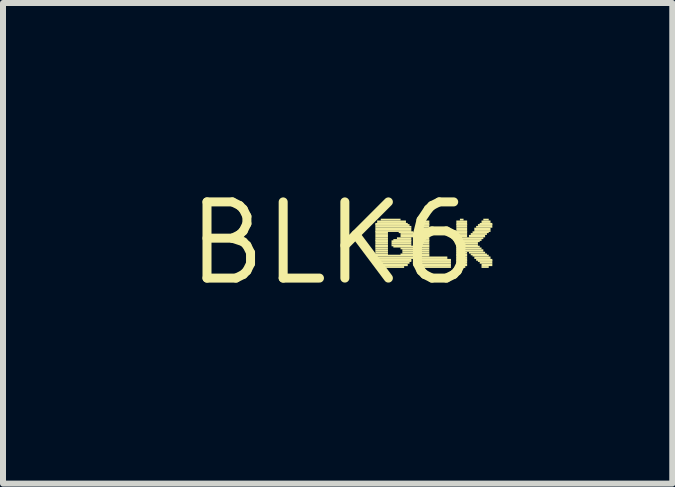
<source format=kicad_pcb>
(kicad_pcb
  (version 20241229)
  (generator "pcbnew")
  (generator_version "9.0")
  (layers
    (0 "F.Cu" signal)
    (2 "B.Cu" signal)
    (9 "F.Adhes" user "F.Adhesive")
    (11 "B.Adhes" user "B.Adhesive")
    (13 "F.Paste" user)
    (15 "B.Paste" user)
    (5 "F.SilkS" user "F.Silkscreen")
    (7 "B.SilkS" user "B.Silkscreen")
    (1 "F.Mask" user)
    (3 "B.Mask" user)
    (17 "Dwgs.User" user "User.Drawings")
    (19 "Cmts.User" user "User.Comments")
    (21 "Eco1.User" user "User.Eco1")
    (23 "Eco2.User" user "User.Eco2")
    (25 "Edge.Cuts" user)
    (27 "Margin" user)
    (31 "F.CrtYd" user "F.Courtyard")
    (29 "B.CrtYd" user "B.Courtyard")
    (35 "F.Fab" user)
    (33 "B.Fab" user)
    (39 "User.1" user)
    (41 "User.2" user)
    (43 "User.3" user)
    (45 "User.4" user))
  (footprint "BLK6"
    (layer "F.Cu")
    (at 2.487 1.006)
    (property "Reference" "BLK6" (at 0 0 0) (layer "F.SilkS") (effects (font (size 1.27 1.27) (thickness 0.15))))
    (fp_poly (pts (xy 0.72 -0.31) (xy 1.26 -0.31) (xy 1.26 -0.34) (xy 0.72 -0.34)) (stroke (width 0) (type default)) (fill yes) (layer "F.SilkS"))
    (fp_poly (pts (xy 0.72 -0.29) (xy 1.29 -0.29) (xy 1.29 -0.32) (xy 0.72 -0.32)) (stroke (width 0) (type default)) (fill yes) (layer "F.SilkS"))
    (fp_poly (pts (xy 0.72 -0.26) (xy 1.32 -0.26) (xy 1.32 -0.29) (xy 0.72 -0.29)) (stroke (width 0) (type default)) (fill yes) (layer "F.SilkS"))
    (fp_poly (pts (xy 0.72 -0.22) (xy 1.32 -0.22) (xy 1.32 -0.26) (xy 0.72 -0.26)) (stroke (width 0) (type default)) (fill yes) (layer "F.SilkS"))
    (fp_poly (pts (xy 0.72 -0.19) (xy 1.32 -0.19) (xy 1.32 -0.22) (xy 0.72 -0.22)) (stroke (width 0) (type default)) (fill yes) (layer "F.SilkS"))
    (fp_poly (pts (xy 0.72 -0.17) (xy 0.93 -0.17) (xy 0.93 -0.2) (xy 0.72 -0.2)) (stroke (width 0) (type default)) (fill yes) (layer "F.SilkS"))
    (fp_poly (pts (xy 0.72 -0.14) (xy 0.93 -0.14) (xy 0.93 -0.17) (xy 0.72 -0.17)) (stroke (width 0) (type default)) (fill yes) (layer "F.SilkS"))
    (fp_poly (pts (xy 0.72 -0.1) (xy 0.93 -0.1) (xy 0.93 -0.14) (xy 0.72 -0.14)) (stroke (width 0) (type default)) (fill yes) (layer "F.SilkS"))
    (fp_poly (pts (xy 0.72 -0.07) (xy 0.93 -0.07) (xy 0.93 -0.1) (xy 0.72 -0.1)) (stroke (width 0) (type default)) (fill yes) (layer "F.SilkS"))
    (fp_poly (pts (xy 0.72 -0.04) (xy 0.93 -0.04) (xy 0.93 -0.07) (xy 0.72 -0.07)) (stroke (width 0) (type default)) (fill yes) (layer "F.SilkS"))
    (fp_poly (pts (xy 0.72 -0.02) (xy 0.93 -0.02) (xy 0.93 -0.05) (xy 0.72 -0.05)) (stroke (width 0) (type default)) (fill yes) (layer "F.SilkS"))
    (fp_poly (pts (xy 0.72 0.02) (xy 0.93 0.02) (xy 0.93 -0.02) (xy 0.72 -0.02)) (stroke (width 0) (type default)) (fill yes) (layer "F.SilkS"))
    (fp_poly (pts (xy 0.72 0.05) (xy 0.93 0.05) (xy 0.93 0.02) (xy 0.72 0.02)) (stroke (width 0) (type default)) (fill yes) (layer "F.SilkS"))
    (fp_poly (pts (xy 0.72 0.07) (xy 0.93 0.07) (xy 0.93 0.04) (xy 0.72 0.04)) (stroke (width 0) (type default)) (fill yes) (layer "F.SilkS"))
    (fp_poly (pts (xy 0.72 0.1) (xy 0.93 0.1) (xy 0.93 0.07) (xy 0.72 0.07)) (stroke (width 0) (type default)) (fill yes) (layer "F.SilkS"))
    (fp_poly (pts (xy 0.72 0.14) (xy 0.93 0.14) (xy 0.93 0.1) (xy 0.72 0.1)) (stroke (width 0) (type default)) (fill yes) (layer "F.SilkS"))
    (fp_poly (pts (xy 0.72 0.17) (xy 0.93 0.17) (xy 0.93 0.14) (xy 0.72 0.14)) (stroke (width 0) (type default)) (fill yes) (layer "F.SilkS"))
    (fp_poly (pts (xy 0.72 0.2) (xy 0.93 0.2) (xy 0.93 0.17) (xy 0.72 0.17)) (stroke (width 0) (type default)) (fill yes) (layer "F.SilkS"))
    (fp_poly (pts (xy 0.72 0.22) (xy 1.35 0.22) (xy 1.35 0.19) (xy 0.72 0.19)) (stroke (width 0) (type default)) (fill yes) (layer "F.SilkS"))
    (fp_poly (pts (xy 0.72 0.26) (xy 1.35 0.26) (xy 1.35 0.22) (xy 0.72 0.22)) (stroke (width 0) (type default)) (fill yes) (layer "F.SilkS"))
    (fp_poly (pts (xy 0.72 0.29) (xy 1.32 0.29) (xy 1.32 0.26) (xy 0.72 0.26)) (stroke (width 0) (type default)) (fill yes) (layer "F.SilkS"))
    (fp_poly (pts (xy 0.72 0.31) (xy 1.32 0.31) (xy 1.32 0.28) (xy 0.72 0.28)) (stroke (width 0) (type default)) (fill yes) (layer "F.SilkS"))
    (fp_poly (pts (xy 0.72 0.34) (xy 1.29 0.34) (xy 1.29 0.31) (xy 0.72 0.31)) (stroke (width 0) (type default)) (fill yes) (layer "F.SilkS"))
    (fp_poly (pts (xy 0.72 0.38) (xy 1.26 0.38) (xy 1.26 0.34) (xy 0.72 0.34)) (stroke (width 0) (type default)) (fill yes) (layer "F.SilkS"))
    (fp_poly (pts (xy 0.75 -0.34) (xy 1.23 -0.34) (xy 1.23 -0.38) (xy 0.75 -0.38)) (stroke (width 0) (type default)) (fill yes) (layer "F.SilkS"))
    (fp_poly (pts (xy 0.75 0.41) (xy 1.2 0.41) (xy 1.2 0.38) (xy 0.75 0.38)) (stroke (width 0) (type default)) (fill yes) (layer "F.SilkS"))
    (fp_poly (pts (xy 0.81 -0.38) (xy 1.14 -0.38) (xy 1.14 -0.41) (xy 0.81 -0.41)) (stroke (width 0) (type default)) (fill yes) (layer "F.SilkS"))
    (fp_poly (pts (xy 0.99 -0.02) (xy 1.32 -0.02) (xy 1.32 -0.05) (xy 0.99 -0.05)) (stroke (width 0) (type default)) (fill yes) (layer "F.SilkS"))
    (fp_poly (pts (xy 0.99 0.02) (xy 1.32 0.02) (xy 1.32 -0.02) (xy 0.99 -0.02)) (stroke (width 0) (type default)) (fill yes) (layer "F.SilkS"))
    (fp_poly (pts (xy 0.99 0.05) (xy 1.32 0.05) (xy 1.32 0.02) (xy 0.99 0.02)) (stroke (width 0) (type default)) (fill yes) (layer "F.SilkS"))
    (fp_poly (pts (xy 1.02 -0.04) (xy 1.32 -0.04) (xy 1.32 -0.07) (xy 1.02 -0.07)) (stroke (width 0) (type default)) (fill yes) (layer "F.SilkS"))
    (fp_poly (pts (xy 1.02 0.07) (xy 1.35 0.07) (xy 1.35 0.04) (xy 1.02 0.04)) (stroke (width 0) (type default)) (fill yes) (layer "F.SilkS"))
    (fp_poly (pts (xy 1.08 -0.07) (xy 1.32 -0.07) (xy 1.32 -0.1) (xy 1.08 -0.1)) (stroke (width 0) (type default)) (fill yes) (layer "F.SilkS"))
    (fp_poly (pts (xy 1.11 -0.17) (xy 1.35 -0.17) (xy 1.35 -0.2) (xy 1.11 -0.2)) (stroke (width 0) (type default)) (fill yes) (layer "F.SilkS"))
    (fp_poly (pts (xy 1.14 -0.14) (xy 1.35 -0.14) (xy 1.35 -0.17) (xy 1.14 -0.17)) (stroke (width 0) (type default)) (fill yes) (layer "F.SilkS"))
    (fp_poly (pts (xy 1.14 -0.1) (xy 1.35 -0.1) (xy 1.35 -0.14) (xy 1.14 -0.14)) (stroke (width 0) (type default)) (fill yes) (layer "F.SilkS"))
    (fp_poly (pts (xy 1.14 0.1) (xy 1.35 0.1) (xy 1.35 0.07) (xy 1.14 0.07)) (stroke (width 0) (type default)) (fill yes) (layer "F.SilkS"))
    (fp_poly (pts (xy 1.14 0.2) (xy 1.35 0.2) (xy 1.35 0.17) (xy 1.14 0.17)) (stroke (width 0) (type default)) (fill yes) (layer "F.SilkS"))
    (fp_poly (pts (xy 1.17 0.14) (xy 1.35 0.14) (xy 1.35 0.1) (xy 1.17 0.1)) (stroke (width 0) (type default)) (fill yes) (layer "F.SilkS"))
    (fp_poly (pts (xy 1.17 0.17) (xy 1.35 0.17) (xy 1.35 0.14) (xy 1.17 0.14)) (stroke (width 0) (type default)) (fill yes) (layer "F.SilkS"))
    (fp_poly (pts (xy 1.41 -0.31) (xy 1.62 -0.31) (xy 1.62 -0.34) (xy 1.41 -0.34)) (stroke (width 0) (type default)) (fill yes) (layer "F.SilkS"))
    (fp_poly (pts (xy 1.41 -0.29) (xy 1.62 -0.29) (xy 1.62 -0.32) (xy 1.41 -0.32)) (stroke (width 0) (type default)) (fill yes) (layer "F.SilkS"))
    (fp_poly (pts (xy 1.41 -0.26) (xy 1.62 -0.26) (xy 1.62 -0.29) (xy 1.41 -0.29)) (stroke (width 0) (type default)) (fill yes) (layer "F.SilkS"))
    (fp_poly (pts (xy 1.41 -0.22) (xy 1.62 -0.22) (xy 1.62 -0.26) (xy 1.41 -0.26)) (stroke (width 0) (type default)) (fill yes) (layer "F.SilkS"))
    (fp_poly (pts (xy 1.41 -0.19) (xy 1.62 -0.19) (xy 1.62 -0.22) (xy 1.41 -0.22)) (stroke (width 0) (type default)) (fill yes) (layer "F.SilkS"))
    (fp_poly (pts (xy 1.41 -0.17) (xy 1.62 -0.17) (xy 1.62 -0.2) (xy 1.41 -0.2)) (stroke (width 0) (type default)) (fill yes) (layer "F.SilkS"))
    (fp_poly (pts (xy 1.41 -0.14) (xy 1.62 -0.14) (xy 1.62 -0.17) (xy 1.41 -0.17)) (stroke (width 0) (type default)) (fill yes) (layer "F.SilkS"))
    (fp_poly (pts (xy 1.41 -0.1) (xy 1.62 -0.1) (xy 1.62 -0.14) (xy 1.41 -0.14)) (stroke (width 0) (type default)) (fill yes) (layer "F.SilkS"))
    (fp_poly (pts (xy 1.41 -0.07) (xy 1.62 -0.07) (xy 1.62 -0.1) (xy 1.41 -0.1)) (stroke (width 0) (type default)) (fill yes) (layer "F.SilkS"))
    (fp_poly (pts (xy 1.41 -0.04) (xy 1.62 -0.04) (xy 1.62 -0.07) (xy 1.41 -0.07)) (stroke (width 0) (type default)) (fill yes) (layer "F.SilkS"))
    (fp_poly (pts (xy 1.41 -0.02) (xy 1.62 -0.02) (xy 1.62 -0.05) (xy 1.41 -0.05)) (stroke (width 0) (type default)) (fill yes) (layer "F.SilkS"))
    (fp_poly (pts (xy 1.41 0.02) (xy 1.62 0.02) (xy 1.62 -0.02) (xy 1.41 -0.02)) (stroke (width 0) (type default)) (fill yes) (layer "F.SilkS"))
    (fp_poly (pts (xy 1.41 0.05) (xy 1.62 0.05) (xy 1.62 0.02) (xy 1.41 0.02)) (stroke (width 0) (type default)) (fill yes) (layer "F.SilkS"))
    (fp_poly (pts (xy 1.41 0.07) (xy 1.62 0.07) (xy 1.62 0.04) (xy 1.41 0.04)) (stroke (width 0) (type default)) (fill yes) (layer "F.SilkS"))
    (fp_poly (pts (xy 1.41 0.1) (xy 1.62 0.1) (xy 1.62 0.07) (xy 1.41 0.07)) (stroke (width 0) (type default)) (fill yes) (layer "F.SilkS"))
    (fp_poly (pts (xy 1.41 0.14) (xy 1.62 0.14) (xy 1.62 0.1) (xy 1.41 0.1)) (stroke (width 0) (type default)) (fill yes) (layer "F.SilkS"))
    (fp_poly (pts (xy 1.41 0.17) (xy 1.62 0.17) (xy 1.62 0.14) (xy 1.41 0.14)) (stroke (width 0) (type default)) (fill yes) (layer "F.SilkS"))
    (fp_poly (pts (xy 1.41 0.2) (xy 1.62 0.2) (xy 1.62 0.17) (xy 1.41 0.17)) (stroke (width 0) (type default)) (fill yes) (layer "F.SilkS"))
    (fp_poly (pts (xy 1.41 0.22) (xy 1.62 0.22) (xy 1.62 0.19) (xy 1.41 0.19)) (stroke (width 0) (type default)) (fill yes) (layer "F.SilkS"))
    (fp_poly (pts (xy 1.41 0.26) (xy 1.92 0.26) (xy 1.92 0.22) (xy 1.41 0.22)) (stroke (width 0) (type default)) (fill yes) (layer "F.SilkS"))
    (fp_poly (pts (xy 1.41 0.29) (xy 1.98 0.29) (xy 1.98 0.26) (xy 1.41 0.26)) (stroke (width 0) (type default)) (fill yes) (layer "F.SilkS"))
    (fp_poly (pts (xy 1.41 0.31) (xy 1.98 0.31) (xy 1.98 0.28) (xy 1.41 0.28)) (stroke (width 0) (type default)) (fill yes) (layer "F.SilkS"))
    (fp_poly (pts (xy 1.41 0.34) (xy 1.98 0.34) (xy 1.98 0.31) (xy 1.41 0.31)) (stroke (width 0) (type default)) (fill yes) (layer "F.SilkS"))
    (fp_poly (pts (xy 1.41 0.38) (xy 1.98 0.38) (xy 1.98 0.34) (xy 1.41 0.34)) (stroke (width 0) (type default)) (fill yes) (layer "F.SilkS"))
    (fp_poly (pts (xy 1.44 -0.34) (xy 1.62 -0.34) (xy 1.62 -0.38) (xy 1.44 -0.38)) (stroke (width 0) (type default)) (fill yes) (layer "F.SilkS"))
    (fp_poly (pts (xy 1.44 0.41) (xy 1.98 0.41) (xy 1.98 0.38) (xy 1.44 0.38)) (stroke (width 0) (type default)) (fill yes) (layer "F.SilkS"))
    (fp_poly (pts (xy 1.5 -0.38) (xy 1.53 -0.38) (xy 1.53 -0.41) (xy 1.5 -0.41)) (stroke (width 0) (type default)) (fill yes) (layer "F.SilkS"))
    (fp_poly (pts (xy 2.07 -0.34) (xy 2.25 -0.34) (xy 2.25 -0.38) (xy 2.07 -0.38)) (stroke (width 0) (type default)) (fill yes) (layer "F.SilkS"))
    (fp_poly (pts (xy 2.07 -0.31) (xy 2.25 -0.31) (xy 2.25 -0.34) (xy 2.07 -0.34)) (stroke (width 0) (type default)) (fill yes) (layer "F.SilkS"))
    (fp_poly (pts (xy 2.07 -0.29) (xy 2.25 -0.29) (xy 2.25 -0.32) (xy 2.07 -0.32)) (stroke (width 0) (type default)) (fill yes) (layer "F.SilkS"))
    (fp_poly (pts (xy 2.07 -0.26) (xy 2.25 -0.26) (xy 2.25 -0.29) (xy 2.07 -0.29)) (stroke (width 0) (type default)) (fill yes) (layer "F.SilkS"))
    (fp_poly (pts (xy 2.07 -0.22) (xy 2.25 -0.22) (xy 2.25 -0.26) (xy 2.07 -0.26)) (stroke (width 0) (type default)) (fill yes) (layer "F.SilkS"))
    (fp_poly (pts (xy 2.07 -0.19) (xy 2.25 -0.19) (xy 2.25 -0.22) (xy 2.07 -0.22)) (stroke (width 0) (type default)) (fill yes) (layer "F.SilkS"))
    (fp_poly (pts (xy 2.07 -0.17) (xy 2.25 -0.17) (xy 2.25 -0.2) (xy 2.07 -0.2)) (stroke (width 0) (type default)) (fill yes) (layer "F.SilkS"))
    (fp_poly (pts (xy 2.07 -0.14) (xy 2.25 -0.14) (xy 2.25 -0.17) (xy 2.07 -0.17)) (stroke (width 0) (type default)) (fill yes) (layer "F.SilkS"))
    (fp_poly (pts (xy 2.07 -0.1) (xy 2.25 -0.1) (xy 2.25 -0.14) (xy 2.07 -0.14)) (stroke (width 0) (type default)) (fill yes) (layer "F.SilkS"))
    (fp_poly (pts (xy 2.07 -0.07) (xy 2.52 -0.07) (xy 2.52 -0.1) (xy 2.07 -0.1)) (stroke (width 0) (type default)) (fill yes) (layer "F.SilkS"))
    (fp_poly (pts (xy 2.07 -0.04) (xy 2.49 -0.04) (xy 2.49 -0.07) (xy 2.07 -0.07)) (stroke (width 0) (type default)) (fill yes) (layer "F.SilkS"))
    (fp_poly (pts (xy 2.07 -0.02) (xy 2.46 -0.02) (xy 2.46 -0.05) (xy 2.07 -0.05)) (stroke (width 0) (type default)) (fill yes) (layer "F.SilkS"))
    (fp_poly (pts (xy 2.07 0.02) (xy 2.43 0.02) (xy 2.43 -0.02) (xy 2.07 -0.02)) (stroke (width 0) (type default)) (fill yes) (layer "F.SilkS"))
    (fp_poly (pts (xy 2.07 0.05) (xy 2.43 0.05) (xy 2.43 0.02) (xy 2.07 0.02)) (stroke (width 0) (type default)) (fill yes) (layer "F.SilkS"))
    (fp_poly (pts (xy 2.07 0.07) (xy 2.46 0.07) (xy 2.46 0.04) (xy 2.07 0.04)) (stroke (width 0) (type default)) (fill yes) (layer "F.SilkS"))
    (fp_poly (pts (xy 2.07 0.1) (xy 2.49 0.1) (xy 2.49 0.07) (xy 2.07 0.07)) (stroke (width 0) (type default)) (fill yes) (layer "F.SilkS"))
    (fp_poly (pts (xy 2.07 0.14) (xy 2.52 0.14) (xy 2.52 0.1) (xy 2.07 0.1)) (stroke (width 0) (type default)) (fill yes) (layer "F.SilkS"))
    (fp_poly (pts (xy 2.07 0.17) (xy 2.25 0.17) (xy 2.25 0.14) (xy 2.07 0.14)) (stroke (width 0) (type default)) (fill yes) (layer "F.SilkS"))
    (fp_poly (pts (xy 2.07 0.2) (xy 2.25 0.2) (xy 2.25 0.17) (xy 2.07 0.17)) (stroke (width 0) (type default)) (fill yes) (layer "F.SilkS"))
    (fp_poly (pts (xy 2.07 0.22) (xy 2.25 0.22) (xy 2.25 0.19) (xy 2.07 0.19)) (stroke (width 0) (type default)) (fill yes) (layer "F.SilkS"))
    (fp_poly (pts (xy 2.07 0.26) (xy 2.25 0.26) (xy 2.25 0.22) (xy 2.07 0.22)) (stroke (width 0) (type default)) (fill yes) (layer "F.SilkS"))
    (fp_poly (pts (xy 2.07 0.29) (xy 2.25 0.29) (xy 2.25 0.26) (xy 2.07 0.26)) (stroke (width 0) (type default)) (fill yes) (layer "F.SilkS"))
    (fp_poly (pts (xy 2.07 0.31) (xy 2.25 0.31) (xy 2.25 0.28) (xy 2.07 0.28)) (stroke (width 0) (type default)) (fill yes) (layer "F.SilkS"))
    (fp_poly (pts (xy 2.07 0.34) (xy 2.25 0.34) (xy 2.25 0.31) (xy 2.07 0.31)) (stroke (width 0) (type default)) (fill yes) (layer "F.SilkS"))
    (fp_poly (pts (xy 2.07 0.38) (xy 2.25 0.38) (xy 2.25 0.34) (xy 2.07 0.34)) (stroke (width 0) (type default)) (fill yes) (layer "F.SilkS"))
    (fp_poly (pts (xy 2.07 0.41) (xy 2.22 0.41) (xy 2.22 0.38) (xy 2.07 0.38)) (stroke (width 0) (type default)) (fill yes) (layer "F.SilkS"))
    (fp_poly (pts (xy 2.13 -0.38) (xy 2.19 -0.38) (xy 2.19 -0.41) (xy 2.13 -0.41)) (stroke (width 0) (type default)) (fill yes) (layer "F.SilkS"))
    (fp_poly (pts (xy 2.28 -0.1) (xy 2.55 -0.1) (xy 2.55 -0.14) (xy 2.28 -0.14)) (stroke (width 0) (type default)) (fill yes) (layer "F.SilkS"))
    (fp_poly (pts (xy 2.28 0.17) (xy 2.55 0.17) (xy 2.55 0.14) (xy 2.28 0.14)) (stroke (width 0) (type default)) (fill yes) (layer "F.SilkS"))
    (fp_poly (pts (xy 2.31 -0.14) (xy 2.58 -0.14) (xy 2.58 -0.17) (xy 2.31 -0.17)) (stroke (width 0) (type default)) (fill yes) (layer "F.SilkS"))
    (fp_poly (pts (xy 2.31 0.2) (xy 2.58 0.2) (xy 2.58 0.17) (xy 2.31 0.17)) (stroke (width 0) (type default)) (fill yes) (layer "F.SilkS"))
    (fp_poly (pts (xy 2.34 -0.17) (xy 2.61 -0.17) (xy 2.61 -0.2) (xy 2.34 -0.2)) (stroke (width 0) (type default)) (fill yes) (layer "F.SilkS"))
    (fp_poly (pts (xy 2.34 0.22) (xy 2.61 0.22) (xy 2.61 0.19) (xy 2.34 0.19)) (stroke (width 0) (type default)) (fill yes) (layer "F.SilkS"))
    (fp_poly (pts (xy 2.37 -0.22) (xy 2.64 -0.22) (xy 2.64 -0.26) (xy 2.37 -0.26)) (stroke (width 0) (type default)) (fill yes) (layer "F.SilkS"))
    (fp_poly (pts (xy 2.37 -0.19) (xy 2.64 -0.19) (xy 2.64 -0.22) (xy 2.37 -0.22)) (stroke (width 0) (type default)) (fill yes) (layer "F.SilkS"))
    (fp_poly (pts (xy 2.37 0.26) (xy 2.64 0.26) (xy 2.64 0.22) (xy 2.37 0.22)) (stroke (width 0) (type default)) (fill yes) (layer "F.SilkS"))
    (fp_poly (pts (xy 2.4 -0.26) (xy 2.67 -0.26) (xy 2.67 -0.29) (xy 2.4 -0.29)) (stroke (width 0) (type default)) (fill yes) (layer "F.SilkS"))
    (fp_poly (pts (xy 2.4 0.29) (xy 2.67 0.29) (xy 2.67 0.26) (xy 2.4 0.26)) (stroke (width 0) (type default)) (fill yes) (layer "F.SilkS"))
    (fp_poly (pts (xy 2.43 -0.29) (xy 2.67 -0.29) (xy 2.67 -0.32) (xy 2.43 -0.32)) (stroke (width 0) (type default)) (fill yes) (layer "F.SilkS"))
    (fp_poly (pts (xy 2.43 0.31) (xy 2.67 0.31) (xy 2.67 0.28) (xy 2.43 0.28)) (stroke (width 0) (type default)) (fill yes) (layer "F.SilkS"))
    (fp_poly (pts (xy 2.46 -0.31) (xy 2.67 -0.31) (xy 2.67 -0.34) (xy 2.46 -0.34)) (stroke (width 0) (type default)) (fill yes) (layer "F.SilkS"))
    (fp_poly (pts (xy 2.46 0.34) (xy 2.67 0.34) (xy 2.67 0.31) (xy 2.46 0.31)) (stroke (width 0) (type default)) (fill yes) (layer "F.SilkS"))
    (fp_poly (pts (xy 2.49 -0.34) (xy 2.64 -0.34) (xy 2.64 -0.38) (xy 2.49 -0.38)) (stroke (width 0) (type default)) (fill yes) (layer "F.SilkS"))
    (fp_poly (pts (xy 2.49 0.38) (xy 2.67 0.38) (xy 2.67 0.34) (xy 2.49 0.34)) (stroke (width 0) (type default)) (fill yes) (layer "F.SilkS"))
    (fp_poly (pts (xy 2.49 0.41) (xy 2.61 0.41) (xy 2.61 0.38) (xy 2.49 0.38)) (stroke (width 0) (type default)) (fill yes) (layer "F.SilkS"))
    (fp_poly (pts (xy 2.52 -0.38) (xy 2.61 -0.38) (xy 2.61 -0.41) (xy 2.52 -0.41)) (stroke (width 0) (type default)) (fill yes) (layer "F.SilkS")))
  (gr_rect
    (start -3 -3)
    (end 8.157 5.012)
    (stroke (width 0.1) (type default))
    (fill no)
    (layer "Edge.Cuts")))
</source>
